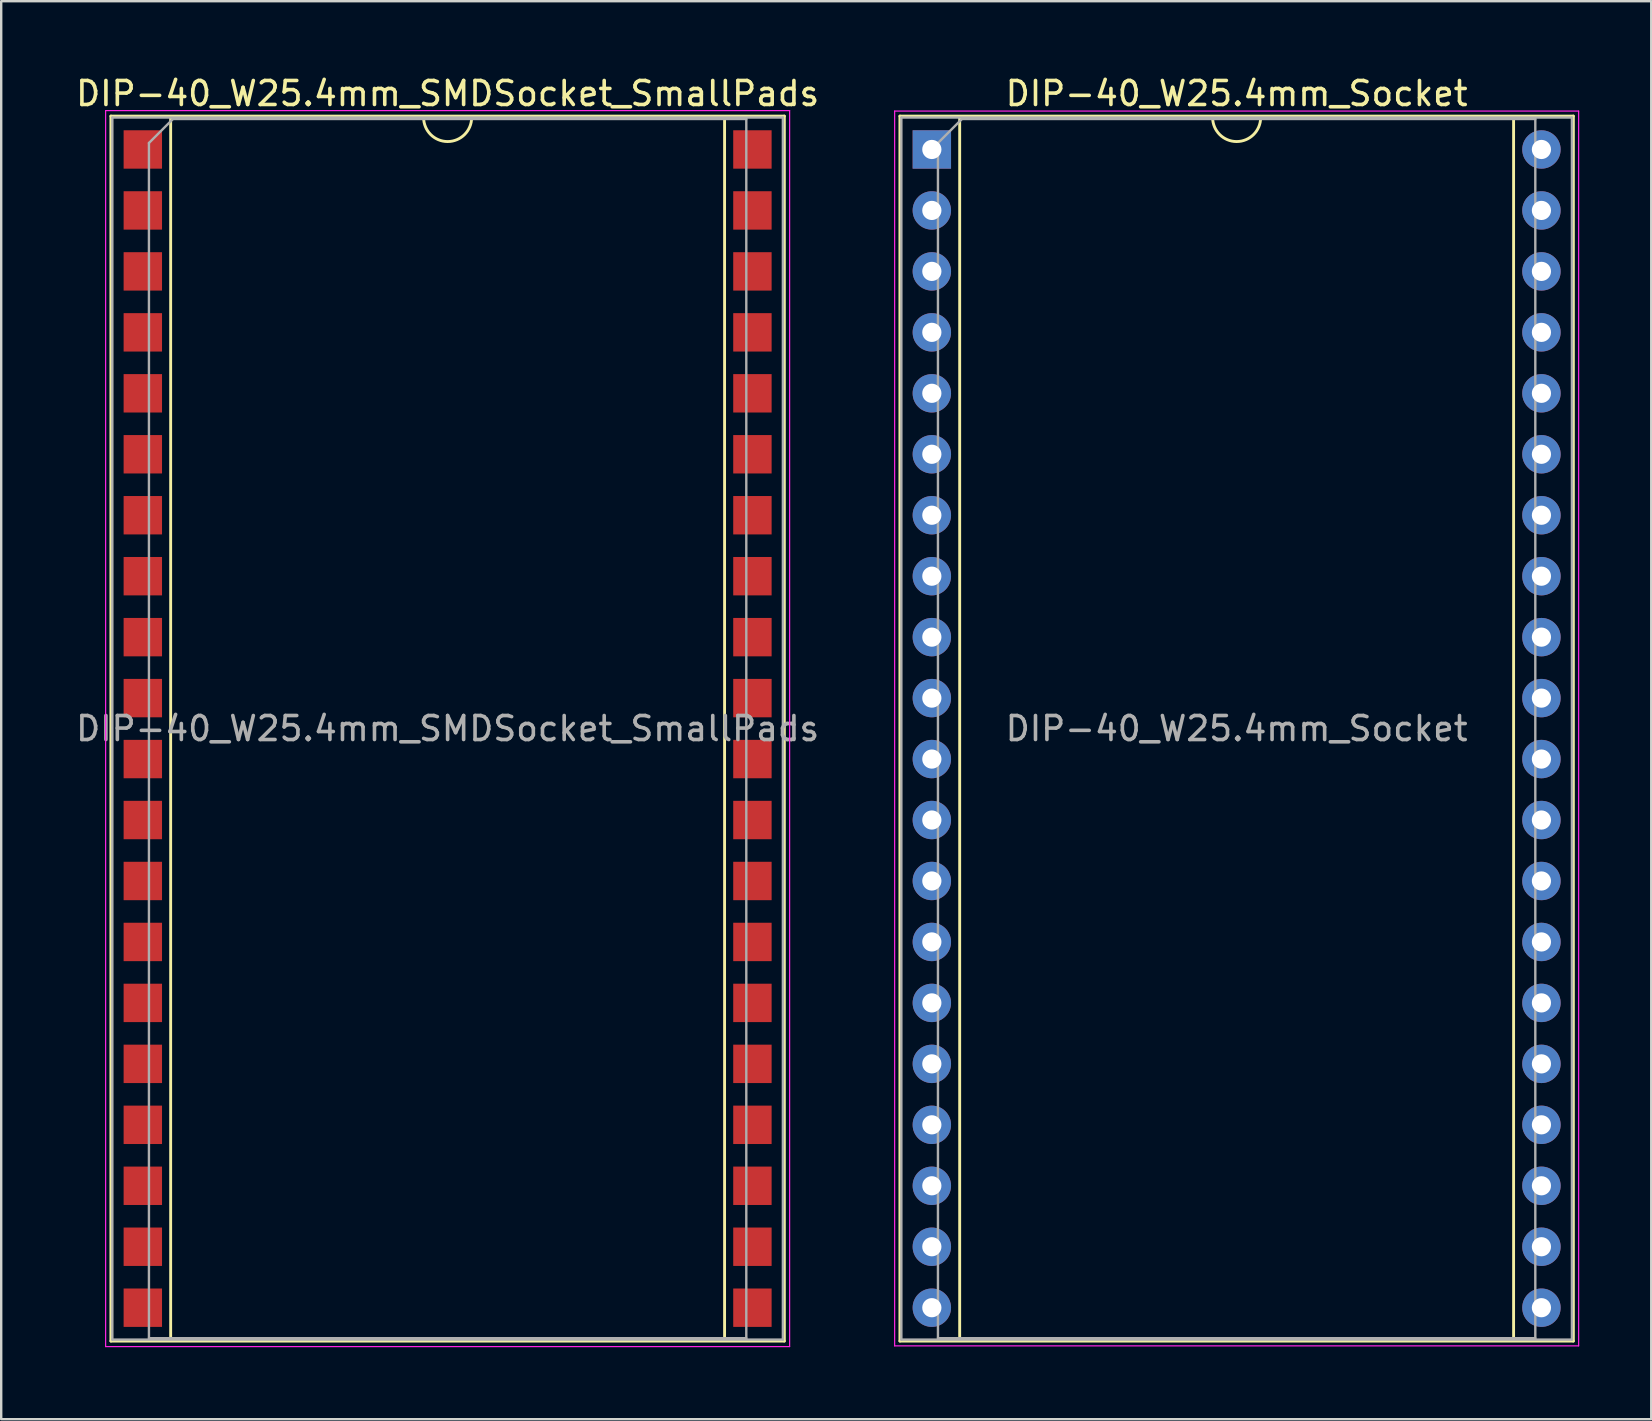
<source format=kicad_pcb>
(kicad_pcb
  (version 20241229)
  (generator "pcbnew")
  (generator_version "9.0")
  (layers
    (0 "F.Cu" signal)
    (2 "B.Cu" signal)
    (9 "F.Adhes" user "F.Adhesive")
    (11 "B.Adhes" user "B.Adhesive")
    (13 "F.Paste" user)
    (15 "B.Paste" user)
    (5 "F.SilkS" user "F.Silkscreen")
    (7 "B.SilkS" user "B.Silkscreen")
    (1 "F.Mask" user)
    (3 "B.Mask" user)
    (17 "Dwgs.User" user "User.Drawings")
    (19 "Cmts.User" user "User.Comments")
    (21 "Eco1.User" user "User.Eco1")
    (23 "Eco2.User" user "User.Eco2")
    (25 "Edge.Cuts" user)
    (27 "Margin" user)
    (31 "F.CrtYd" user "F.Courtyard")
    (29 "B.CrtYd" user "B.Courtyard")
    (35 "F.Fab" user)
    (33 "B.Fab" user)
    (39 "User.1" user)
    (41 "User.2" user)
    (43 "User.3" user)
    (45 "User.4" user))
  (footprint "DIP-40_W25.4mm_Socket"
    (layer "F.Cu")
    (at 35.777 3.178)
    (property "Reference" "DIP-40_W25.4mm_Socket" (at 12.7 -2.33 0) (layer "F.SilkS") (effects (font (size 1 1) (thickness 0.15))))
    (attr through_hole)
    (fp_line (start -1.33 -1.39) (end -1.33 49.65) (stroke (width 0.12) (type solid)) (layer "F.SilkS"))
    (fp_line (start -1.33 49.65) (end 26.73 49.65) (stroke (width 0.12) (type solid)) (layer "F.SilkS"))
    (fp_line (start 1.16 -1.33) (end 1.16 49.59) (stroke (width 0.12) (type solid)) (layer "F.SilkS"))
    (fp_line (start 1.16 49.59) (end 24.24 49.59) (stroke (width 0.12) (type solid)) (layer "F.SilkS"))
    (fp_line (start 11.7 -1.33) (end 1.16 -1.33) (stroke (width 0.12) (type solid)) (layer "F.SilkS"))
    (fp_line (start 24.24 -1.33) (end 13.7 -1.33) (stroke (width 0.12) (type solid)) (layer "F.SilkS"))
    (fp_line (start 24.24 49.59) (end 24.24 -1.33) (stroke (width 0.12) (type solid)) (layer "F.SilkS"))
    (fp_line (start 26.73 -1.39) (end -1.33 -1.39) (stroke (width 0.12) (type solid)) (layer "F.SilkS"))
    (fp_line (start 26.73 49.65) (end 26.73 -1.39) (stroke (width 0.12) (type solid)) (layer "F.SilkS"))
    (fp_arc (start 13.7 -1.33) (mid 12.7 -0.33) (end 11.7 -1.33) (stroke (width 0.12) (type solid)) (layer "F.SilkS"))
    (fp_line (start -1.55 -1.6) (end -1.55 49.85) (stroke (width 0.05) (type solid)) (layer "F.CrtYd"))
    (fp_line (start -1.55 49.85) (end 26.95 49.85) (stroke (width 0.05) (type solid)) (layer "F.CrtYd"))
    (fp_line (start 26.95 -1.6) (end -1.55 -1.6) (stroke (width 0.05) (type solid)) (layer "F.CrtYd"))
    (fp_line (start 26.95 49.85) (end 26.95 -1.6) (stroke (width 0.05) (type solid)) (layer "F.CrtYd"))
    (fp_line (start -1.27 -1.33) (end -1.27 49.59) (stroke (width 0.1) (type solid)) (layer "F.Fab"))
    (fp_line (start -1.27 49.59) (end 26.67 49.59) (stroke (width 0.1) (type solid)) (layer "F.Fab"))
    (fp_line (start 0.255 -0.27) (end 1.255 -1.27) (stroke (width 0.1) (type solid)) (layer "F.Fab"))
    (fp_line (start 0.255 49.53) (end 0.255 -0.27) (stroke (width 0.1) (type solid)) (layer "F.Fab"))
    (fp_line (start 1.255 -1.27) (end 25.145 -1.27) (stroke (width 0.1) (type solid)) (layer "F.Fab"))
    (fp_line (start 25.145 -1.27) (end 25.145 49.53) (stroke (width 0.1) (type solid)) (layer "F.Fab"))
    (fp_line (start 25.145 49.53) (end 0.255 49.53) (stroke (width 0.1) (type solid)) (layer "F.Fab"))
    (fp_line (start 26.67 -1.33) (end -1.27 -1.33) (stroke (width 0.1) (type solid)) (layer "F.Fab"))
    (fp_line (start 26.67 49.59) (end 26.67 -1.33) (stroke (width 0.1) (type solid)) (layer "F.Fab"))
    (fp_text user "${REFERENCE}" (at 12.7 24.13 0) (layer "F.Fab") (effects (font (size 1 1) (thickness 0.15))))
    (pad "1" thru_hole rect (at 0 0) (size 1.6 1.6) (drill 0.8) (layers "*.Cu" "*.Mask"))
    (pad "2" thru_hole oval (at 0 2.54) (size 1.6 1.6) (drill 0.8) (layers "*.Cu" "*.Mask"))
    (pad "3" thru_hole oval (at 0 5.08) (size 1.6 1.6) (drill 0.8) (layers "*.Cu" "*.Mask"))
    (pad "4" thru_hole oval (at 0 7.62) (size 1.6 1.6) (drill 0.8) (layers "*.Cu" "*.Mask"))
    (pad "5" thru_hole oval (at 0 10.16) (size 1.6 1.6) (drill 0.8) (layers "*.Cu" "*.Mask"))
    (pad "6" thru_hole oval (at 0 12.7) (size 1.6 1.6) (drill 0.8) (layers "*.Cu" "*.Mask"))
    (pad "7" thru_hole oval (at 0 15.24) (size 1.6 1.6) (drill 0.8) (layers "*.Cu" "*.Mask"))
    (pad "8" thru_hole oval (at 0 17.78) (size 1.6 1.6) (drill 0.8) (layers "*.Cu" "*.Mask"))
    (pad "9" thru_hole oval (at 0 20.32) (size 1.6 1.6) (drill 0.8) (layers "*.Cu" "*.Mask"))
    (pad "10" thru_hole oval (at 0 22.86) (size 1.6 1.6) (drill 0.8) (layers "*.Cu" "*.Mask"))
    (pad "11" thru_hole oval (at 0 25.4) (size 1.6 1.6) (drill 0.8) (layers "*.Cu" "*.Mask"))
    (pad "12" thru_hole oval (at 0 27.94) (size 1.6 1.6) (drill 0.8) (layers "*.Cu" "*.Mask"))
    (pad "13" thru_hole oval (at 0 30.48) (size 1.6 1.6) (drill 0.8) (layers "*.Cu" "*.Mask"))
    (pad "14" thru_hole oval (at 0 33.02) (size 1.6 1.6) (drill 0.8) (layers "*.Cu" "*.Mask"))
    (pad "15" thru_hole oval (at 0 35.56) (size 1.6 1.6) (drill 0.8) (layers "*.Cu" "*.Mask"))
    (pad "16" thru_hole oval (at 0 38.1) (size 1.6 1.6) (drill 0.8) (layers "*.Cu" "*.Mask"))
    (pad "17" thru_hole oval (at 0 40.64) (size 1.6 1.6) (drill 0.8) (layers "*.Cu" "*.Mask"))
    (pad "18" thru_hole oval (at 0 43.18) (size 1.6 1.6) (drill 0.8) (layers "*.Cu" "*.Mask"))
    (pad "19" thru_hole oval (at 0 45.72) (size 1.6 1.6) (drill 0.8) (layers "*.Cu" "*.Mask"))
    (pad "20" thru_hole oval (at 0 48.26) (size 1.6 1.6) (drill 0.8) (layers "*.Cu" "*.Mask"))
    (pad "21" thru_hole oval (at 25.4 48.26) (size 1.6 1.6) (drill 0.8) (layers "*.Cu" "*.Mask"))
    (pad "22" thru_hole oval (at 25.4 45.72) (size 1.6 1.6) (drill 0.8) (layers "*.Cu" "*.Mask"))
    (pad "23" thru_hole oval (at 25.4 43.18) (size 1.6 1.6) (drill 0.8) (layers "*.Cu" "*.Mask"))
    (pad "24" thru_hole oval (at 25.4 40.64) (size 1.6 1.6) (drill 0.8) (layers "*.Cu" "*.Mask"))
    (pad "25" thru_hole oval (at 25.4 38.1) (size 1.6 1.6) (drill 0.8) (layers "*.Cu" "*.Mask"))
    (pad "26" thru_hole oval (at 25.4 35.56) (size 1.6 1.6) (drill 0.8) (layers "*.Cu" "*.Mask"))
    (pad "27" thru_hole oval (at 25.4 33.02) (size 1.6 1.6) (drill 0.8) (layers "*.Cu" "*.Mask"))
    (pad "28" thru_hole oval (at 25.4 30.48) (size 1.6 1.6) (drill 0.8) (layers "*.Cu" "*.Mask"))
    (pad "29" thru_hole oval (at 25.4 27.94) (size 1.6 1.6) (drill 0.8) (layers "*.Cu" "*.Mask"))
    (pad "30" thru_hole oval (at 25.4 25.4) (size 1.6 1.6) (drill 0.8) (layers "*.Cu" "*.Mask"))
    (pad "31" thru_hole oval (at 25.4 22.86) (size 1.6 1.6) (drill 0.8) (layers "*.Cu" "*.Mask"))
    (pad "32" thru_hole oval (at 25.4 20.32) (size 1.6 1.6) (drill 0.8) (layers "*.Cu" "*.Mask"))
    (pad "33" thru_hole oval (at 25.4 17.78) (size 1.6 1.6) (drill 0.8) (layers "*.Cu" "*.Mask"))
    (pad "34" thru_hole oval (at 25.4 15.24) (size 1.6 1.6) (drill 0.8) (layers "*.Cu" "*.Mask"))
    (pad "35" thru_hole oval (at 25.4 12.7) (size 1.6 1.6) (drill 0.8) (layers "*.Cu" "*.Mask"))
    (pad "36" thru_hole oval (at 25.4 10.16) (size 1.6 1.6) (drill 0.8) (layers "*.Cu" "*.Mask"))
    (pad "37" thru_hole oval (at 25.4 7.62) (size 1.6 1.6) (drill 0.8) (layers "*.Cu" "*.Mask"))
    (pad "38" thru_hole oval (at 25.4 5.08) (size 1.6 1.6) (drill 0.8) (layers "*.Cu" "*.Mask"))
    (pad "39" thru_hole oval (at 25.4 2.54) (size 1.6 1.6) (drill 0.8) (layers "*.Cu" "*.Mask"))
    (pad "40" thru_hole oval (at 25.4 0) (size 1.6 1.6) (drill 0.8) (layers "*.Cu" "*.Mask")))
  (footprint "DIP-40_W25.4mm_SMDSocket_SmallPads"
    (layer "F.Cu")
    (at 15.601 27.308)
    (property "Reference" "DIP-40_W25.4mm_SMDSocket_SmallPads" (at 0 -26.46 0) (layer "F.SilkS") (effects (font (size 1 1) (thickness 0.15))))
    (attr smd)
    (fp_line (start -14.03 -25.52) (end -14.03 25.52) (stroke (width 0.12) (type solid)) (layer "F.SilkS"))
    (fp_line (start -14.03 25.52) (end 14.03 25.52) (stroke (width 0.12) (type solid)) (layer "F.SilkS"))
    (fp_line (start -11.54 -25.46) (end -11.54 25.46) (stroke (width 0.12) (type solid)) (layer "F.SilkS"))
    (fp_line (start -11.54 25.46) (end 11.54 25.46) (stroke (width 0.12) (type solid)) (layer "F.SilkS"))
    (fp_line (start -1 -25.46) (end -11.54 -25.46) (stroke (width 0.12) (type solid)) (layer "F.SilkS"))
    (fp_line (start 11.54 -25.46) (end 1 -25.46) (stroke (width 0.12) (type solid)) (layer "F.SilkS"))
    (fp_line (start 11.54 25.46) (end 11.54 -25.46) (stroke (width 0.12) (type solid)) (layer "F.SilkS"))
    (fp_line (start 14.03 -25.52) (end -14.03 -25.52) (stroke (width 0.12) (type solid)) (layer "F.SilkS"))
    (fp_line (start 14.03 25.52) (end 14.03 -25.52) (stroke (width 0.12) (type solid)) (layer "F.SilkS"))
    (fp_arc (start 1 -25.46) (mid 0 -24.46) (end -1 -25.46) (stroke (width 0.12) (type solid)) (layer "F.SilkS"))
    (fp_line (start -14.25 -25.75) (end -14.25 25.75) (stroke (width 0.05) (type solid)) (layer "F.CrtYd"))
    (fp_line (start -14.25 25.75) (end 14.25 25.75) (stroke (width 0.05) (type solid)) (layer "F.CrtYd"))
    (fp_line (start 14.25 -25.75) (end -14.25 -25.75) (stroke (width 0.05) (type solid)) (layer "F.CrtYd"))
    (fp_line (start 14.25 25.75) (end 14.25 -25.75) (stroke (width 0.05) (type solid)) (layer "F.CrtYd"))
    (fp_line (start -13.97 -25.46) (end -13.97 25.46) (stroke (width 0.1) (type solid)) (layer "F.Fab"))
    (fp_line (start -13.97 25.46) (end 13.97 25.46) (stroke (width 0.1) (type solid)) (layer "F.Fab"))
    (fp_line (start -12.445 -24.4) (end -11.445 -25.4) (stroke (width 0.1) (type solid)) (layer "F.Fab"))
    (fp_line (start -12.445 25.4) (end -12.445 -24.4) (stroke (width 0.1) (type solid)) (layer "F.Fab"))
    (fp_line (start -11.445 -25.4) (end 12.445 -25.4) (stroke (width 0.1) (type solid)) (layer "F.Fab"))
    (fp_line (start 12.445 -25.4) (end 12.445 25.4) (stroke (width 0.1) (type solid)) (layer "F.Fab"))
    (fp_line (start 12.445 25.4) (end -12.445 25.4) (stroke (width 0.1) (type solid)) (layer "F.Fab"))
    (fp_line (start 13.97 -25.46) (end -13.97 -25.46) (stroke (width 0.1) (type solid)) (layer "F.Fab"))
    (fp_line (start 13.97 25.46) (end 13.97 -25.46) (stroke (width 0.1) (type solid)) (layer "F.Fab"))
    (fp_text user "${REFERENCE}" (at 0 0 0) (layer "F.Fab") (effects (font (size 1 1) (thickness 0.15))))
    (pad "1" smd rect (at -12.7 -24.13) (size 1.6 1.6) (layers "F.Cu" "F.Mask" "F.Paste"))
    (pad "2" smd rect (at -12.7 -21.59) (size 1.6 1.6) (layers "F.Cu" "F.Mask" "F.Paste"))
    (pad "3" smd rect (at -12.7 -19.05) (size 1.6 1.6) (layers "F.Cu" "F.Mask" "F.Paste"))
    (pad "4" smd rect (at -12.7 -16.51) (size 1.6 1.6) (layers "F.Cu" "F.Mask" "F.Paste"))
    (pad "5" smd rect (at -12.7 -13.97) (size 1.6 1.6) (layers "F.Cu" "F.Mask" "F.Paste"))
    (pad "6" smd rect (at -12.7 -11.43) (size 1.6 1.6) (layers "F.Cu" "F.Mask" "F.Paste"))
    (pad "7" smd rect (at -12.7 -8.89) (size 1.6 1.6) (layers "F.Cu" "F.Mask" "F.Paste"))
    (pad "8" smd rect (at -12.7 -6.35) (size 1.6 1.6) (layers "F.Cu" "F.Mask" "F.Paste"))
    (pad "9" smd rect (at -12.7 -3.81) (size 1.6 1.6) (layers "F.Cu" "F.Mask" "F.Paste"))
    (pad "10" smd rect (at -12.7 -1.27) (size 1.6 1.6) (layers "F.Cu" "F.Mask" "F.Paste"))
    (pad "11" smd rect (at -12.7 1.27) (size 1.6 1.6) (layers "F.Cu" "F.Mask" "F.Paste"))
    (pad "12" smd rect (at -12.7 3.81) (size 1.6 1.6) (layers "F.Cu" "F.Mask" "F.Paste"))
    (pad "13" smd rect (at -12.7 6.35) (size 1.6 1.6) (layers "F.Cu" "F.Mask" "F.Paste"))
    (pad "14" smd rect (at -12.7 8.89) (size 1.6 1.6) (layers "F.Cu" "F.Mask" "F.Paste"))
    (pad "15" smd rect (at -12.7 11.43) (size 1.6 1.6) (layers "F.Cu" "F.Mask" "F.Paste"))
    (pad "16" smd rect (at -12.7 13.97) (size 1.6 1.6) (layers "F.Cu" "F.Mask" "F.Paste"))
    (pad "17" smd rect (at -12.7 16.51) (size 1.6 1.6) (layers "F.Cu" "F.Mask" "F.Paste"))
    (pad "18" smd rect (at -12.7 19.05) (size 1.6 1.6) (layers "F.Cu" "F.Mask" "F.Paste"))
    (pad "19" smd rect (at -12.7 21.59) (size 1.6 1.6) (layers "F.Cu" "F.Mask" "F.Paste"))
    (pad "20" smd rect (at -12.7 24.13) (size 1.6 1.6) (layers "F.Cu" "F.Mask" "F.Paste"))
    (pad "21" smd rect (at 12.7 24.13) (size 1.6 1.6) (layers "F.Cu" "F.Mask" "F.Paste"))
    (pad "22" smd rect (at 12.7 21.59) (size 1.6 1.6) (layers "F.Cu" "F.Mask" "F.Paste"))
    (pad "23" smd rect (at 12.7 19.05) (size 1.6 1.6) (layers "F.Cu" "F.Mask" "F.Paste"))
    (pad "24" smd rect (at 12.7 16.51) (size 1.6 1.6) (layers "F.Cu" "F.Mask" "F.Paste"))
    (pad "25" smd rect (at 12.7 13.97) (size 1.6 1.6) (layers "F.Cu" "F.Mask" "F.Paste"))
    (pad "26" smd rect (at 12.7 11.43) (size 1.6 1.6) (layers "F.Cu" "F.Mask" "F.Paste"))
    (pad "27" smd rect (at 12.7 8.89) (size 1.6 1.6) (layers "F.Cu" "F.Mask" "F.Paste"))
    (pad "28" smd rect (at 12.7 6.35) (size 1.6 1.6) (layers "F.Cu" "F.Mask" "F.Paste"))
    (pad "29" smd rect (at 12.7 3.81) (size 1.6 1.6) (layers "F.Cu" "F.Mask" "F.Paste"))
    (pad "30" smd rect (at 12.7 1.27) (size 1.6 1.6) (layers "F.Cu" "F.Mask" "F.Paste"))
    (pad "31" smd rect (at 12.7 -1.27) (size 1.6 1.6) (layers "F.Cu" "F.Mask" "F.Paste"))
    (pad "32" smd rect (at 12.7 -3.81) (size 1.6 1.6) (layers "F.Cu" "F.Mask" "F.Paste"))
    (pad "33" smd rect (at 12.7 -6.35) (size 1.6 1.6) (layers "F.Cu" "F.Mask" "F.Paste"))
    (pad "34" smd rect (at 12.7 -8.89) (size 1.6 1.6) (layers "F.Cu" "F.Mask" "F.Paste"))
    (pad "35" smd rect (at 12.7 -11.43) (size 1.6 1.6) (layers "F.Cu" "F.Mask" "F.Paste"))
    (pad "36" smd rect (at 12.7 -13.97) (size 1.6 1.6) (layers "F.Cu" "F.Mask" "F.Paste"))
    (pad "37" smd rect (at 12.7 -16.51) (size 1.6 1.6) (layers "F.Cu" "F.Mask" "F.Paste"))
    (pad "38" smd rect (at 12.7 -19.05) (size 1.6 1.6) (layers "F.Cu" "F.Mask" "F.Paste"))
    (pad "39" smd rect (at 12.7 -21.59) (size 1.6 1.6) (layers "F.Cu" "F.Mask" "F.Paste"))
    (pad "40" smd rect (at 12.7 -24.13) (size 1.6 1.6) (layers "F.Cu" "F.Mask" "F.Paste")))
  (gr_rect
    (start -3 -3)
    (end 65.752 56.083)
    (stroke (width 0.1) (type default))
    (fill no)
    (layer "Edge.Cuts")))
</source>
